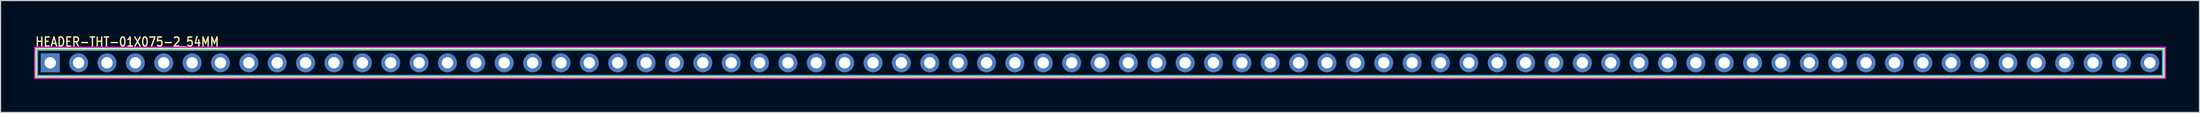
<source format=kicad_pcb>
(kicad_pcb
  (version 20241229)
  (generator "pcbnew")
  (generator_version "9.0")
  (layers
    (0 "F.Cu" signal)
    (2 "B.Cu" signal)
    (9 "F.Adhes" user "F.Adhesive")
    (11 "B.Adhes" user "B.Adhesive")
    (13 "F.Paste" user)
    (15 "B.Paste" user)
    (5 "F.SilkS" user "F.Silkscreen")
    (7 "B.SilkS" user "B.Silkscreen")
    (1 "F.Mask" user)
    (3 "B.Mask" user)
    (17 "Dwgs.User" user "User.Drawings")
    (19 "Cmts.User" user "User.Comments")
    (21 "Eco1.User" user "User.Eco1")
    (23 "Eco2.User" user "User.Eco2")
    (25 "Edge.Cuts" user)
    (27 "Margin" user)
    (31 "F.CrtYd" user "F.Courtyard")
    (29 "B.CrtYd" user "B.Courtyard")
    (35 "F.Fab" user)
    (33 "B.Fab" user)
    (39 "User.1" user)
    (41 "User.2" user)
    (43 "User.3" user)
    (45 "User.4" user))
  (footprint "HEADER-THT-01X075-2_54MM"
    (layer "F.Cu")
    (at 1.447 2.579)
    (property "Reference" "HEADER-THT-01X075-2_54MM" (at -1.4 -1.4 0) (unlocked yes) (layer "F.SilkS") (effects (font (size 0.813 0.695) (thickness 0.122)) (justify left bottom)))
    (fp_line (start -1.27 -1.27) (end -1.27 1.27) (stroke (width 0.127) (type solid)) (layer "F.SilkS"))
    (fp_line (start -1.27 1.27) (end 189.23 1.27) (stroke (width 0.127) (type solid)) (layer "F.SilkS"))
    (fp_line (start 189.23 -1.27) (end -1.27 -1.27) (stroke (width 0.127) (type solid)) (layer "F.SilkS"))
    (fp_line (start 189.23 1.27) (end 189.23 -1.27) (stroke (width 0.127) (type solid)) (layer "F.SilkS"))
    (fp_poly (pts (xy -1.143 -1.143) (xy 189.103 -1.143) (xy 189.103 1.143) (xy -1.143 1.143)) (stroke (width 0.1) (type solid)) (fill no) (layer "B.CrtYd"))
    (fp_poly (pts (xy -1.397 -1.397) (xy 189.357 -1.397) (xy 189.357 1.397) (xy -1.397 1.397)) (stroke (width 0.1) (type solid)) (fill no) (layer "F.CrtYd"))
    (pad "P$1" thru_hole rect (at 0 0) (size 1.693 1.693) (drill 1.016) (layers "*.Cu" "*.Mask"))
    (pad "P$2" thru_hole oval (at 2.54 0) (size 1.693 1.693) (drill 1.016) (layers "*.Cu" "*.Mask"))
    (pad "P$3" thru_hole oval (at 5.08 0) (size 1.693 1.693) (drill 1.016) (layers "*.Cu" "*.Mask"))
    (pad "P$4" thru_hole oval (at 7.62 0) (size 1.693 1.693) (drill 1.016) (layers "*.Cu" "*.Mask"))
    (pad "P$5" thru_hole oval (at 10.16 0) (size 1.693 1.693) (drill 1.016) (layers "*.Cu" "*.Mask"))
    (pad "P$6" thru_hole oval (at 12.7 0) (size 1.693 1.693) (drill 1.016) (layers "*.Cu" "*.Mask"))
    (pad "P$7" thru_hole oval (at 15.24 0) (size 1.693 1.693) (drill 1.016) (layers "*.Cu" "*.Mask"))
    (pad "P$8" thru_hole oval (at 17.78 0) (size 1.693 1.693) (drill 1.016) (layers "*.Cu" "*.Mask"))
    (pad "P$9" thru_hole oval (at 20.32 0) (size 1.693 1.693) (drill 1.016) (layers "*.Cu" "*.Mask"))
    (pad "P$10" thru_hole oval (at 22.86 0) (size 1.693 1.693) (drill 1.016) (layers "*.Cu" "*.Mask"))
    (pad "P$11" thru_hole oval (at 25.4 0) (size 1.693 1.693) (drill 1.016) (layers "*.Cu" "*.Mask"))
    (pad "P$12" thru_hole oval (at 27.94 0) (size 1.693 1.693) (drill 1.016) (layers "*.Cu" "*.Mask"))
    (pad "P$13" thru_hole oval (at 30.48 0) (size 1.693 1.693) (drill 1.016) (layers "*.Cu" "*.Mask"))
    (pad "P$14" thru_hole oval (at 33.02 0) (size 1.693 1.693) (drill 1.016) (layers "*.Cu" "*.Mask"))
    (pad "P$15" thru_hole oval (at 35.56 0) (size 1.693 1.693) (drill 1.016) (layers "*.Cu" "*.Mask"))
    (pad "P$16" thru_hole oval (at 38.1 0) (size 1.693 1.693) (drill 1.016) (layers "*.Cu" "*.Mask"))
    (pad "P$17" thru_hole oval (at 40.64 0) (size 1.693 1.693) (drill 1.016) (layers "*.Cu" "*.Mask"))
    (pad "P$18" thru_hole oval (at 43.18 0) (size 1.693 1.693) (drill 1.016) (layers "*.Cu" "*.Mask"))
    (pad "P$19" thru_hole oval (at 45.72 0) (size 1.693 1.693) (drill 1.016) (layers "*.Cu" "*.Mask"))
    (pad "P$20" thru_hole oval (at 48.26 0) (size 1.693 1.693) (drill 1.016) (layers "*.Cu" "*.Mask"))
    (pad "P$21" thru_hole oval (at 50.8 0) (size 1.693 1.693) (drill 1.016) (layers "*.Cu" "*.Mask"))
    (pad "P$22" thru_hole oval (at 53.34 0) (size 1.693 1.693) (drill 1.016) (layers "*.Cu" "*.Mask"))
    (pad "P$23" thru_hole oval (at 55.88 0) (size 1.693 1.693) (drill 1.016) (layers "*.Cu" "*.Mask"))
    (pad "P$24" thru_hole oval (at 58.42 0) (size 1.693 1.693) (drill 1.016) (layers "*.Cu" "*.Mask"))
    (pad "P$25" thru_hole oval (at 60.96 0) (size 1.693 1.693) (drill 1.016) (layers "*.Cu" "*.Mask"))
    (pad "P$26" thru_hole oval (at 63.5 0) (size 1.693 1.693) (drill 1.016) (layers "*.Cu" "*.Mask"))
    (pad "P$27" thru_hole oval (at 66.04 0) (size 1.693 1.693) (drill 1.016) (layers "*.Cu" "*.Mask"))
    (pad "P$28" thru_hole oval (at 68.58 0) (size 1.693 1.693) (drill 1.016) (layers "*.Cu" "*.Mask"))
    (pad "P$29" thru_hole oval (at 71.12 0) (size 1.693 1.693) (drill 1.016) (layers "*.Cu" "*.Mask"))
    (pad "P$30" thru_hole oval (at 73.66 0) (size 1.693 1.693) (drill 1.016) (layers "*.Cu" "*.Mask"))
    (pad "P$31" thru_hole oval (at 76.2 0) (size 1.693 1.693) (drill 1.016) (layers "*.Cu" "*.Mask"))
    (pad "P$32" thru_hole oval (at 78.74 0) (size 1.693 1.693) (drill 1.016) (layers "*.Cu" "*.Mask"))
    (pad "P$33" thru_hole oval (at 81.28 0) (size 1.693 1.693) (drill 1.016) (layers "*.Cu" "*.Mask"))
    (pad "P$34" thru_hole oval (at 83.82 0) (size 1.693 1.693) (drill 1.016) (layers "*.Cu" "*.Mask"))
    (pad "P$35" thru_hole oval (at 86.36 0) (size 1.693 1.693) (drill 1.016) (layers "*.Cu" "*.Mask"))
    (pad "P$36" thru_hole oval (at 88.9 0) (size 1.693 1.693) (drill 1.016) (layers "*.Cu" "*.Mask"))
    (pad "P$37" thru_hole oval (at 91.44 0) (size 1.693 1.693) (drill 1.016) (layers "*.Cu" "*.Mask"))
    (pad "P$38" thru_hole oval (at 93.98 0) (size 1.693 1.693) (drill 1.016) (layers "*.Cu" "*.Mask"))
    (pad "P$39" thru_hole oval (at 96.52 0) (size 1.693 1.693) (drill 1.016) (layers "*.Cu" "*.Mask"))
    (pad "P$40" thru_hole oval (at 99.06 0) (size 1.693 1.693) (drill 1.016) (layers "*.Cu" "*.Mask"))
    (pad "P$41" thru_hole oval (at 101.6 0) (size 1.693 1.693) (drill 1.016) (layers "*.Cu" "*.Mask"))
    (pad "P$42" thru_hole oval (at 104.14 0) (size 1.693 1.693) (drill 1.016) (layers "*.Cu" "*.Mask"))
    (pad "P$43" thru_hole oval (at 106.68 0) (size 1.693 1.693) (drill 1.016) (layers "*.Cu" "*.Mask"))
    (pad "P$44" thru_hole oval (at 109.22 0) (size 1.693 1.693) (drill 1.016) (layers "*.Cu" "*.Mask"))
    (pad "P$45" thru_hole oval (at 111.76 0) (size 1.693 1.693) (drill 1.016) (layers "*.Cu" "*.Mask"))
    (pad "P$46" thru_hole oval (at 114.3 0) (size 1.693 1.693) (drill 1.016) (layers "*.Cu" "*.Mask"))
    (pad "P$47" thru_hole oval (at 116.84 0) (size 1.693 1.693) (drill 1.016) (layers "*.Cu" "*.Mask"))
    (pad "P$48" thru_hole oval (at 119.38 0) (size 1.693 1.693) (drill 1.016) (layers "*.Cu" "*.Mask"))
    (pad "P$49" thru_hole oval (at 121.92 0) (size 1.693 1.693) (drill 1.016) (layers "*.Cu" "*.Mask"))
    (pad "P$50" thru_hole oval (at 124.46 0) (size 1.693 1.693) (drill 1.016) (layers "*.Cu" "*.Mask"))
    (pad "P$51" thru_hole oval (at 127 0) (size 1.693 1.693) (drill 1.016) (layers "*.Cu" "*.Mask"))
    (pad "P$52" thru_hole oval (at 129.54 0) (size 1.693 1.693) (drill 1.016) (layers "*.Cu" "*.Mask"))
    (pad "P$53" thru_hole oval (at 132.08 0) (size 1.693 1.693) (drill 1.016) (layers "*.Cu" "*.Mask"))
    (pad "P$54" thru_hole oval (at 134.62 0) (size 1.693 1.693) (drill 1.016) (layers "*.Cu" "*.Mask"))
    (pad "P$55" thru_hole oval (at 137.16 0) (size 1.693 1.693) (drill 1.016) (layers "*.Cu" "*.Mask"))
    (pad "P$56" thru_hole oval (at 139.7 0) (size 1.693 1.693) (drill 1.016) (layers "*.Cu" "*.Mask"))
    (pad "P$57" thru_hole oval (at 142.24 0) (size 1.693 1.693) (drill 1.016) (layers "*.Cu" "*.Mask"))
    (pad "P$58" thru_hole oval (at 144.78 0) (size 1.693 1.693) (drill 1.016) (layers "*.Cu" "*.Mask"))
    (pad "P$59" thru_hole oval (at 147.32 0) (size 1.693 1.693) (drill 1.016) (layers "*.Cu" "*.Mask"))
    (pad "P$60" thru_hole oval (at 149.86 0) (size 1.693 1.693) (drill 1.016) (layers "*.Cu" "*.Mask"))
    (pad "P$61" thru_hole oval (at 152.4 0) (size 1.693 1.693) (drill 1.016) (layers "*.Cu" "*.Mask"))
    (pad "P$62" thru_hole oval (at 154.94 0) (size 1.693 1.693) (drill 1.016) (layers "*.Cu" "*.Mask"))
    (pad "P$63" thru_hole oval (at 157.48 0) (size 1.693 1.693) (drill 1.016) (layers "*.Cu" "*.Mask"))
    (pad "P$64" thru_hole oval (at 160.02 0) (size 1.693 1.693) (drill 1.016) (layers "*.Cu" "*.Mask"))
    (pad "P$65" thru_hole oval (at 162.56 0) (size 1.693 1.693) (drill 1.016) (layers "*.Cu" "*.Mask"))
    (pad "P$66" thru_hole oval (at 165.1 0) (size 1.693 1.693) (drill 1.016) (layers "*.Cu" "*.Mask"))
    (pad "P$67" thru_hole oval (at 167.64 0) (size 1.693 1.693) (drill 1.016) (layers "*.Cu" "*.Mask"))
    (pad "P$68" thru_hole oval (at 170.18 0) (size 1.693 1.693) (drill 1.016) (layers "*.Cu" "*.Mask"))
    (pad "P$69" thru_hole oval (at 172.72 0) (size 1.693 1.693) (drill 1.016) (layers "*.Cu" "*.Mask"))
    (pad "P$70" thru_hole oval (at 175.26 0) (size 1.693 1.693) (drill 1.016) (layers "*.Cu" "*.Mask"))
    (pad "P$71" thru_hole oval (at 177.8 0) (size 1.693 1.693) (drill 1.016) (layers "*.Cu" "*.Mask"))
    (pad "P$72" thru_hole oval (at 180.34 0) (size 1.693 1.693) (drill 1.016) (layers "*.Cu" "*.Mask"))
    (pad "P$73" thru_hole oval (at 182.88 0) (size 1.693 1.693) (drill 1.016) (layers "*.Cu" "*.Mask"))
    (pad "P$74" thru_hole oval (at 185.42 0) (size 1.693 1.693) (drill 1.016) (layers "*.Cu" "*.Mask"))
    (pad "P$75" thru_hole oval (at 187.96 0) (size 1.693 1.693) (drill 1.016) (layers "*.Cu" "*.Mask")))
  (gr_rect
    (start -3 -3)
    (end 193.854 7.026)
    (stroke (width 0.1) (type default))
    (fill no)
    (layer "Edge.Cuts")))
</source>
